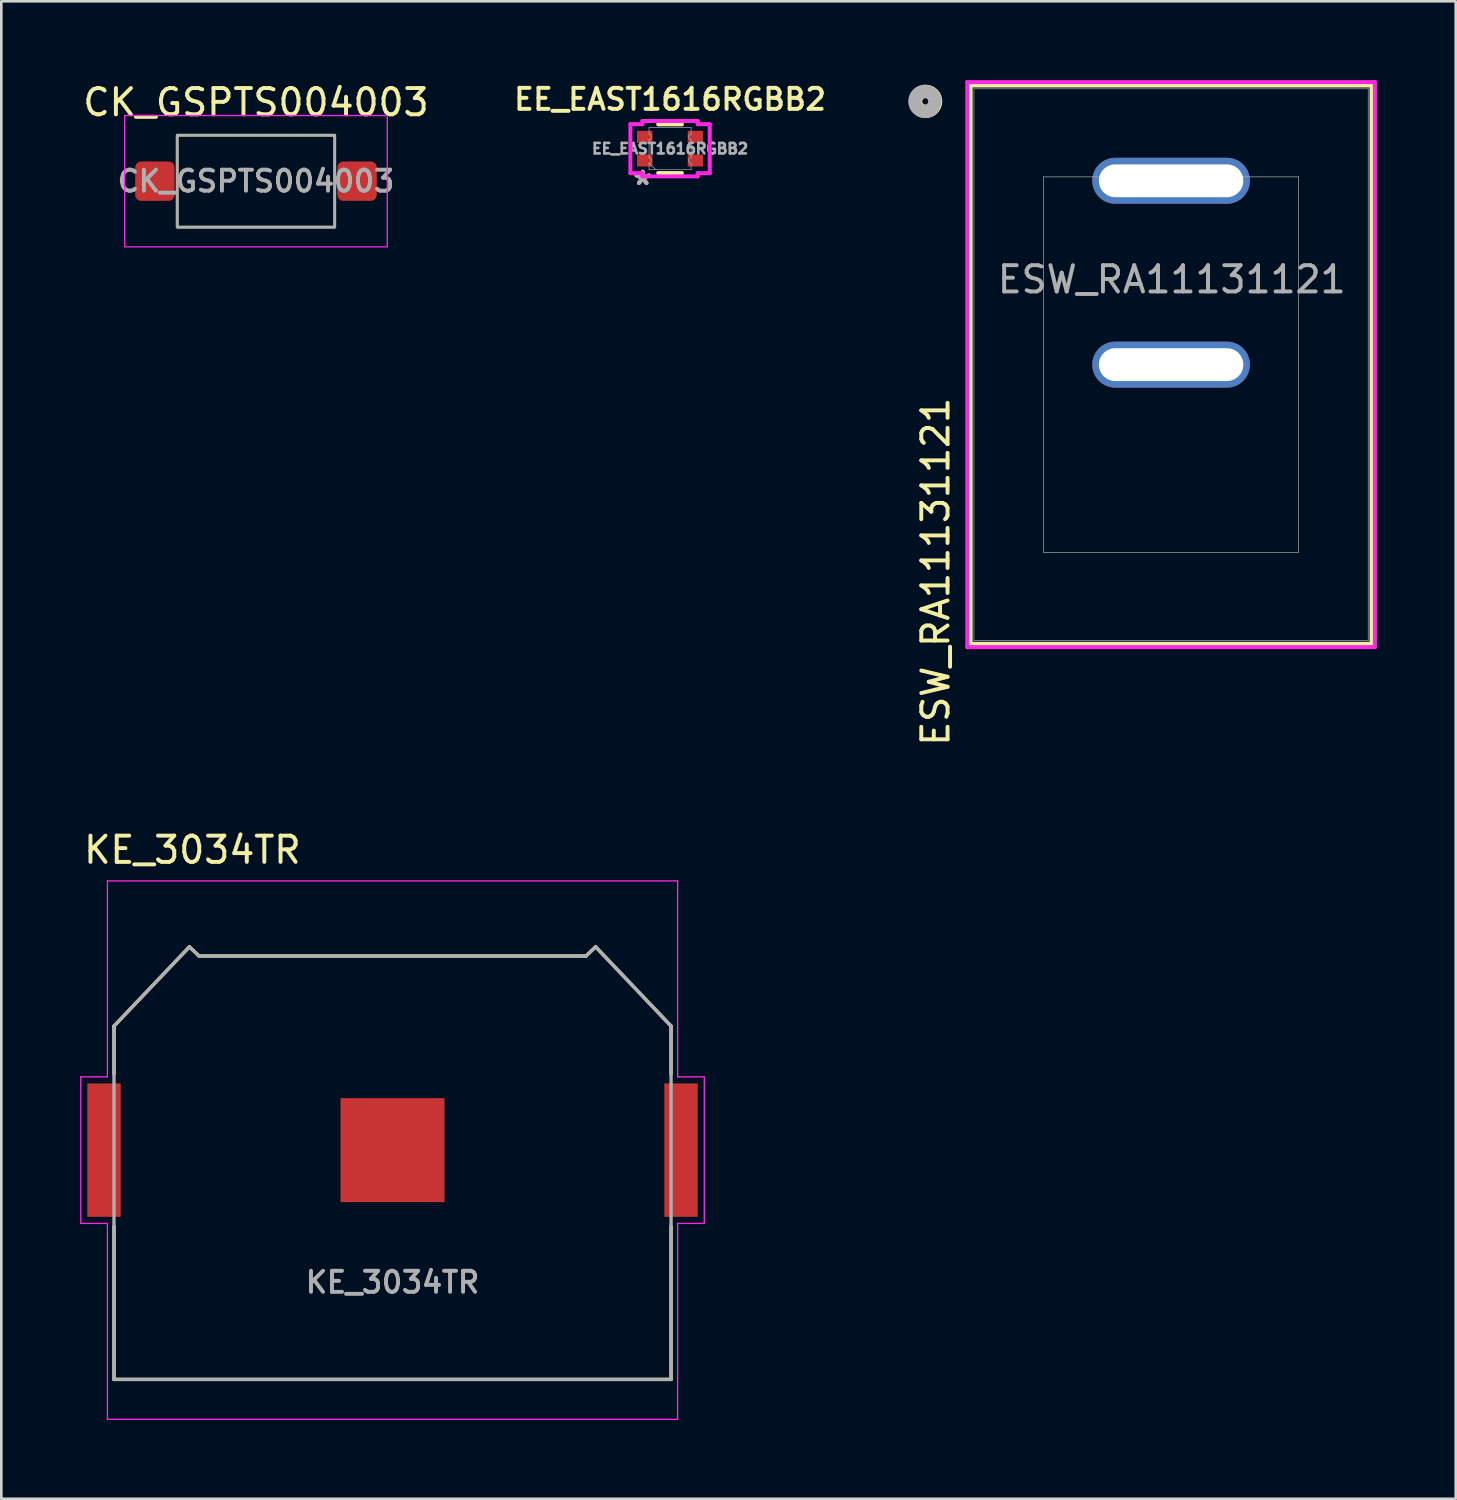
<source format=kicad_pcb>
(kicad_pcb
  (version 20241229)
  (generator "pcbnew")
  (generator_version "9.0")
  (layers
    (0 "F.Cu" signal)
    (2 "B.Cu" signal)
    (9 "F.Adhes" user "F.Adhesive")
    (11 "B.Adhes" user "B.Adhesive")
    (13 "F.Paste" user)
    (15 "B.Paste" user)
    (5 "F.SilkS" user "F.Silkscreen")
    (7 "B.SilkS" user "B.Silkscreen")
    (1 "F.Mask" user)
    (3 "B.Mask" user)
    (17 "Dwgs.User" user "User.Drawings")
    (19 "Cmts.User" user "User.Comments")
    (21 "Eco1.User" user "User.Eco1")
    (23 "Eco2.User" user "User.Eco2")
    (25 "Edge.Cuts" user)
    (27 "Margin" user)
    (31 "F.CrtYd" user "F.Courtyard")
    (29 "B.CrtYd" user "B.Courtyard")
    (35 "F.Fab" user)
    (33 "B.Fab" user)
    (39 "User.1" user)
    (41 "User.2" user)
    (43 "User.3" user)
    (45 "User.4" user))
  (footprint "CK_GSPTS004003"
    (layer "F.Cu")
    (at 6.696 3.848)
    (property "Reference" "CK_GSPTS004003" (at 0 -3 0) (unlocked yes) (layer "F.SilkS") (effects (font (size 1 1) (thickness 0.15))))
    (attr smd)
    (fp_rect (start -3 -1.75) (end 3 1.75) (stroke (width 0.1) (type solid)) (fill no) (layer "F.SilkS"))
    (fp_rect (start -5 -2.5) (end 5 2.5) (stroke (width 0.05) (type solid)) (fill no) (layer "F.CrtYd"))
    (fp_rect (start -3 -1.75) (end 3 1.75) (stroke (width 0.1) (type solid)) (fill no) (layer "F.Fab"))
    (fp_text user "${REFERENCE}" (at 0 0 0) (unlocked yes) (layer "F.Fab") (effects (font (size 0.8 0.8) (thickness 0.15))))
    (pad "1" smd roundrect (at -3.85 0) (size 1.5 1.5) (layers "F.Cu" "F.Mask" "F.Paste") (roundrect_rratio 0.15))
    (pad "2" smd roundrect (at 3.85 0) (size 1.5 1.5) (layers "F.Cu" "F.Mask" "F.Paste") (roundrect_rratio 0.15)))
  (footprint "KE_3034TR"
    (layer "F.Cu")
    (at 11.895 40.74)
    (property "Reference" "KE_3034TR" (at -7.62 -11.43 0) (layer "F.SilkS") (effects (font (size 1 1) (thickness 0.15))))
    (attr smd)
    (fp_line (start -10.605 -4.723) (end -10.605 -2.9) (stroke (width 0.127) (type solid)) (layer "F.SilkS"))
    (fp_line (start -10.605 8.729) (end -10.605 2.9) (stroke (width 0.127) (type solid)) (layer "F.SilkS"))
    (fp_line (start -10.605 8.729) (end 10.605 8.729) (stroke (width 0.127) (type solid)) (layer "F.SilkS"))
    (fp_line (start -7.734 -7.741) (end -10.605 -4.723) (stroke (width 0.127) (type solid)) (layer "F.SilkS"))
    (fp_line (start -7.734 -7.741) (end -7.366 -7.391) (stroke (width 0.127) (type solid)) (layer "F.SilkS"))
    (fp_line (start -7.366 -7.391) (end 7.366 -7.391) (stroke (width 0.127) (type solid)) (layer "F.SilkS"))
    (fp_line (start 7.366 -7.391) (end 7.734 -7.741) (stroke (width 0.127) (type solid)) (layer "F.SilkS"))
    (fp_line (start 7.734 -7.741) (end 10.605 -4.723) (stroke (width 0.127) (type solid)) (layer "F.SilkS"))
    (fp_line (start 10.605 -4.723) (end 10.605 -2.9) (stroke (width 0.127) (type solid)) (layer "F.SilkS"))
    (fp_line (start 10.605 8.729) (end 10.605 2.9) (stroke (width 0.127) (type solid)) (layer "F.SilkS"))
    (fp_line (start -11.87 -2.79) (end -11.87 2.79) (stroke (width 0.05) (type solid)) (layer "F.CrtYd"))
    (fp_line (start -11.87 2.79) (end -10.855 2.79) (stroke (width 0.05) (type solid)) (layer "F.CrtYd"))
    (fp_line (start -10.855 -10.25) (end -10.855 -2.79) (stroke (width 0.05) (type solid)) (layer "F.CrtYd"))
    (fp_line (start -10.855 -2.79) (end -11.87 -2.79) (stroke (width 0.05) (type solid)) (layer "F.CrtYd"))
    (fp_line (start -10.855 2.79) (end -10.855 10.25) (stroke (width 0.05) (type solid)) (layer "F.CrtYd"))
    (fp_line (start -10.855 10.25) (end 10.855 10.25) (stroke (width 0.05) (type solid)) (layer "F.CrtYd"))
    (fp_line (start 10.855 -10.25) (end -10.855 -10.25) (stroke (width 0.05) (type solid)) (layer "F.CrtYd"))
    (fp_line (start 10.855 -2.79) (end 10.855 -10.25) (stroke (width 0.05) (type solid)) (layer "F.CrtYd"))
    (fp_line (start 10.855 -2.79) (end 11.87 -2.79) (stroke (width 0.05) (type solid)) (layer "F.CrtYd"))
    (fp_line (start 10.855 10.25) (end 10.855 2.79) (stroke (width 0.05) (type solid)) (layer "F.CrtYd"))
    (fp_line (start 11.87 -2.79) (end 11.87 2.79) (stroke (width 0.05) (type solid)) (layer "F.CrtYd"))
    (fp_line (start 11.87 2.79) (end 10.855 2.79) (stroke (width 0.05) (type solid)) (layer "F.CrtYd"))
    (fp_line (start -10.605 -4.723) (end -10.605 8.729) (stroke (width 0.127) (type solid)) (layer "F.Fab"))
    (fp_line (start -10.605 8.729) (end 10.605 8.729) (stroke (width 0.127) (type solid)) (layer "F.Fab"))
    (fp_line (start -7.734 -7.741) (end -10.605 -4.723) (stroke (width 0.127) (type solid)) (layer "F.Fab"))
    (fp_line (start -7.734 -7.741) (end -7.366 -7.391) (stroke (width 0.127) (type solid)) (layer "F.Fab"))
    (fp_line (start -7.366 -7.391) (end 7.366 -7.391) (stroke (width 0.127) (type solid)) (layer "F.Fab"))
    (fp_line (start 7.366 -7.391) (end 7.734 -7.741) (stroke (width 0.127) (type solid)) (layer "F.Fab"))
    (fp_line (start 7.734 -7.741) (end 10.605 -4.723) (stroke (width 0.127) (type solid)) (layer "F.Fab"))
    (fp_line (start 10.605 -4.723) (end 10.605 8.729) (stroke (width 0.127) (type solid)) (layer "F.Fab"))
    (fp_text user "${REFERENCE}" (at 0 5.5 0) (unlocked yes) (layer "F.Fab") (effects (font (size 0.8 0.8) (thickness 0.15)) (justify bottom)))
    (pad "N" smd rect (at 0 0) (size 3.96 3.96) (layers "F.Cu" "F.Mask"))
    (pad "P1" smd rect (at -10.985 0) (size 1.27 5.08) (layers "F.Cu" "F.Mask" "F.Paste"))
    (pad "P2" smd rect (at 10.985 0) (size 1.27 5.08) (layers "F.Cu" "F.Mask" "F.Paste")))
  (footprint "EE_EAST1616RGBB2"
    (layer "F.Cu")
    (at 22.462 2.611)
    (property "Reference" "EE_EAST1616RGBB2" (at 0 -1.88 0) (unlocked yes) (layer "F.SilkS") (effects (font (size 0.8 0.8) (thickness 0.15))))
    (attr smd)
    (fp_line (start -0.452 -0.927) (end 0.452 -0.927) (stroke (width 0.152) (type solid)) (layer "F.SilkS"))
    (fp_line (start -0.452 0.927) (end 0.452 0.927) (stroke (width 0.152) (type solid)) (layer "F.SilkS"))
    (fp_line (start -1.511 -0.933) (end -1.054 -0.933) (stroke (width 0.152) (type solid)) (layer "F.CrtYd"))
    (fp_line (start -1.511 0.933) (end -1.511 -0.933) (stroke (width 0.152) (type solid)) (layer "F.CrtYd"))
    (fp_line (start -1.511 0.933) (end -1.054 0.933) (stroke (width 0.152) (type solid)) (layer "F.CrtYd"))
    (fp_line (start -1.054 -1.054) (end 1.054 -1.054) (stroke (width 0.152) (type solid)) (layer "F.CrtYd"))
    (fp_line (start -1.054 -0.933) (end -1.054 -1.054) (stroke (width 0.152) (type solid)) (layer "F.CrtYd"))
    (fp_line (start -1.054 1.054) (end -1.054 0.933) (stroke (width 0.152) (type solid)) (layer "F.CrtYd"))
    (fp_line (start 1.054 -1.054) (end 1.054 -0.933) (stroke (width 0.152) (type solid)) (layer "F.CrtYd"))
    (fp_line (start 1.054 0.933) (end 1.054 1.054) (stroke (width 0.152) (type solid)) (layer "F.CrtYd"))
    (fp_line (start 1.054 1.054) (end -1.054 1.054) (stroke (width 0.152) (type solid)) (layer "F.CrtYd"))
    (fp_line (start 1.511 -0.933) (end 1.054 -0.933) (stroke (width 0.152) (type solid)) (layer "F.CrtYd"))
    (fp_line (start 1.511 -0.933) (end 1.511 0.933) (stroke (width 0.152) (type solid)) (layer "F.CrtYd"))
    (fp_line (start 1.511 0.933) (end 1.054 0.933) (stroke (width 0.152) (type solid)) (layer "F.CrtYd"))
    (fp_line (start -0.8 -0.8) (end 0.8 -0.8) (stroke (width 0.025) (type solid)) (layer "F.Fab"))
    (fp_line (start -0.8 -0.552) (end -0.8 -0.8) (stroke (width 0.025) (type solid)) (layer "F.Fab"))
    (fp_line (start -0.8 -0.348) (end -0.8 0.348) (stroke (width 0.025) (type solid)) (layer "F.Fab"))
    (fp_line (start -0.8 0.552) (end -0.8 0.8) (stroke (width 0.025) (type solid)) (layer "F.Fab"))
    (fp_line (start -0.8 0.8) (end 0.8 0.8) (stroke (width 0.025) (type solid)) (layer "F.Fab"))
    (fp_line (start -0.546 0.8) (end -0.8 0.552) (stroke (width 0.025) (type solid)) (layer "F.Fab"))
    (fp_line (start 0.8 -0.552) (end 0.8 -0.8) (stroke (width 0.025) (type solid)) (layer "F.Fab"))
    (fp_line (start 0.8 -0.348) (end 0.8 0.348) (stroke (width 0.025) (type solid)) (layer "F.Fab"))
    (fp_line (start 0.8 0.552) (end 0.8 0.8) (stroke (width 0.025) (type solid)) (layer "F.Fab"))
    (fp_arc (start -0.8001 -0.551599) (mid -0.6985 -0.449999) (end -0.8001 -0.348399) (stroke (width 0.0254) (type solid)) (layer "F.Fab"))
    (fp_arc (start -0.8001 0.348399) (mid -0.6985 0.449999) (end -0.8001 0.551599) (stroke (width 0.0254) (type solid)) (layer "F.Fab"))
    (fp_arc (start 0.8001 -0.348399) (mid 0.6985 -0.449999) (end 0.8001 -0.551599) (stroke (width 0.0254) (type solid)) (layer "F.Fab"))
    (fp_arc (start 0.8001 0.551599) (mid 0.6985 0.449999) (end 0.8001 0.348399) (stroke (width 0.0254) (type solid)) (layer "F.Fab"))
    (fp_text user "*" (at -1.041 1.422 0) (unlocked yes) (layer "F.SilkS") (effects (font (size 1 1) (thickness 0.15))))
    (fp_text user "${REFERENCE}" (at 0 0 0) (unlocked yes) (layer "F.Fab") (effects (font (size 0.4 0.4) (thickness 0.1))))
    (fp_text user "*" (at -1.041 1.422 0) (unlocked yes) (layer "F.Fab") (effects (font (size 1 1) (thickness 0.15))))
    (pad "1" smd rect (at -0.965 0.45) (size 0.584 0.457) (layers "F.Cu" "F.Mask" "F.Paste"))
    (pad "2" smd rect (at -0.965 -0.45) (size 0.584 0.457) (layers "F.Cu" "F.Mask" "F.Paste"))
    (pad "3" smd rect (at 0.965 -0.45) (size 0.584 0.457) (layers "F.Cu" "F.Mask" "F.Paste"))
    (pad "4" smd rect (at 0.965 0.45) (size 0.584 0.457) (layers "F.Cu" "F.Mask" "F.Paste")))
  (footprint "ESW_RA11131121"
    (layer "F.Cu")
    (at 41.538 3.833)
    (property "Reference" "ESW_RA11131121" (at -8.966 14.884 90) (unlocked yes) (layer "F.SilkS") (effects (font (size 1 1) (thickness 0.15))))
    (attr through_hole)
    (fp_line (start -7.633 -3.63) (end -7.633 17.63) (stroke (width 0.152) (type solid)) (layer "F.SilkS"))
    (fp_line (start -7.633 17.63) (end 7.633 17.63) (stroke (width 0.152) (type solid)) (layer "F.SilkS"))
    (fp_line (start 7.633 -3.63) (end -7.633 -3.63) (stroke (width 0.152) (type solid)) (layer "F.SilkS"))
    (fp_line (start 7.633 17.63) (end 7.633 -3.63) (stroke (width 0.152) (type solid)) (layer "F.SilkS"))
    (fp_circle (center -9.347 -3.023) (end -8.966 -3.023) (stroke (width 0.508) (type solid)) (fill no) (layer "F.SilkS"))
    (fp_line (start -7.76 -3.757) (end -7.76 17.757) (stroke (width 0.152) (type solid)) (layer "F.CrtYd"))
    (fp_line (start -7.76 17.757) (end 7.76 17.757) (stroke (width 0.152) (type solid)) (layer "F.CrtYd"))
    (fp_line (start 7.76 -3.757) (end -7.76 -3.757) (stroke (width 0.152) (type solid)) (layer "F.CrtYd"))
    (fp_line (start 7.76 17.757) (end 7.76 -3.757) (stroke (width 0.152) (type solid)) (layer "F.CrtYd"))
    (fp_line (start -7.506 -3.503) (end -7.506 17.503) (stroke (width 0.025) (type solid)) (layer "F.Fab"))
    (fp_line (start -7.506 17.503) (end 7.506 17.503) (stroke (width 0.025) (type solid)) (layer "F.Fab"))
    (fp_line (start -4.851 -0.15) (end -4.851 14.15) (stroke (width 0.025) (type solid)) (layer "F.Fab"))
    (fp_line (start -4.851 -0.15) (end 4.851 -0.15) (stroke (width 0.025) (type solid)) (layer "F.Fab"))
    (fp_line (start 4.851 -0.15) (end 4.851 14.15) (stroke (width 0.025) (type solid)) (layer "F.Fab"))
    (fp_line (start 4.851 14.15) (end -4.851 14.15) (stroke (width 0.025) (type solid)) (layer "F.Fab"))
    (fp_line (start 7.506 -3.503) (end -7.506 -3.503) (stroke (width 0.025) (type solid)) (layer "F.Fab"))
    (fp_line (start 7.506 17.503) (end 7.506 -3.503) (stroke (width 0.025) (type solid)) (layer "F.Fab"))
    (fp_circle (center -9.373 -3.023) (end -8.992 -3.023) (stroke (width 0.508) (type solid)) (fill no) (layer "F.Fab"))
    (fp_text user "${REFERENCE}" (at 0.025 3.759 0) (unlocked yes) (layer "F.Fab") (effects (font (size 1 1) (thickness 0.15))))
    (pad "1" thru_hole oval (at 0 0) (size 6 1.75) (drill oval 5.5 1.25) (layers "*.Cu" "*.Mask"))
    (pad "2" thru_hole oval (at 0 7) (size 6 1.75) (drill oval 5.5 1.25) (layers "*.Cu" "*.Mask")))
  (gr_rect
    (start -3 -3)
    (end 52.374 54.015)
    (stroke (width 0.1) (type default))
    (fill no)
    (layer "Edge.Cuts")))
</source>
